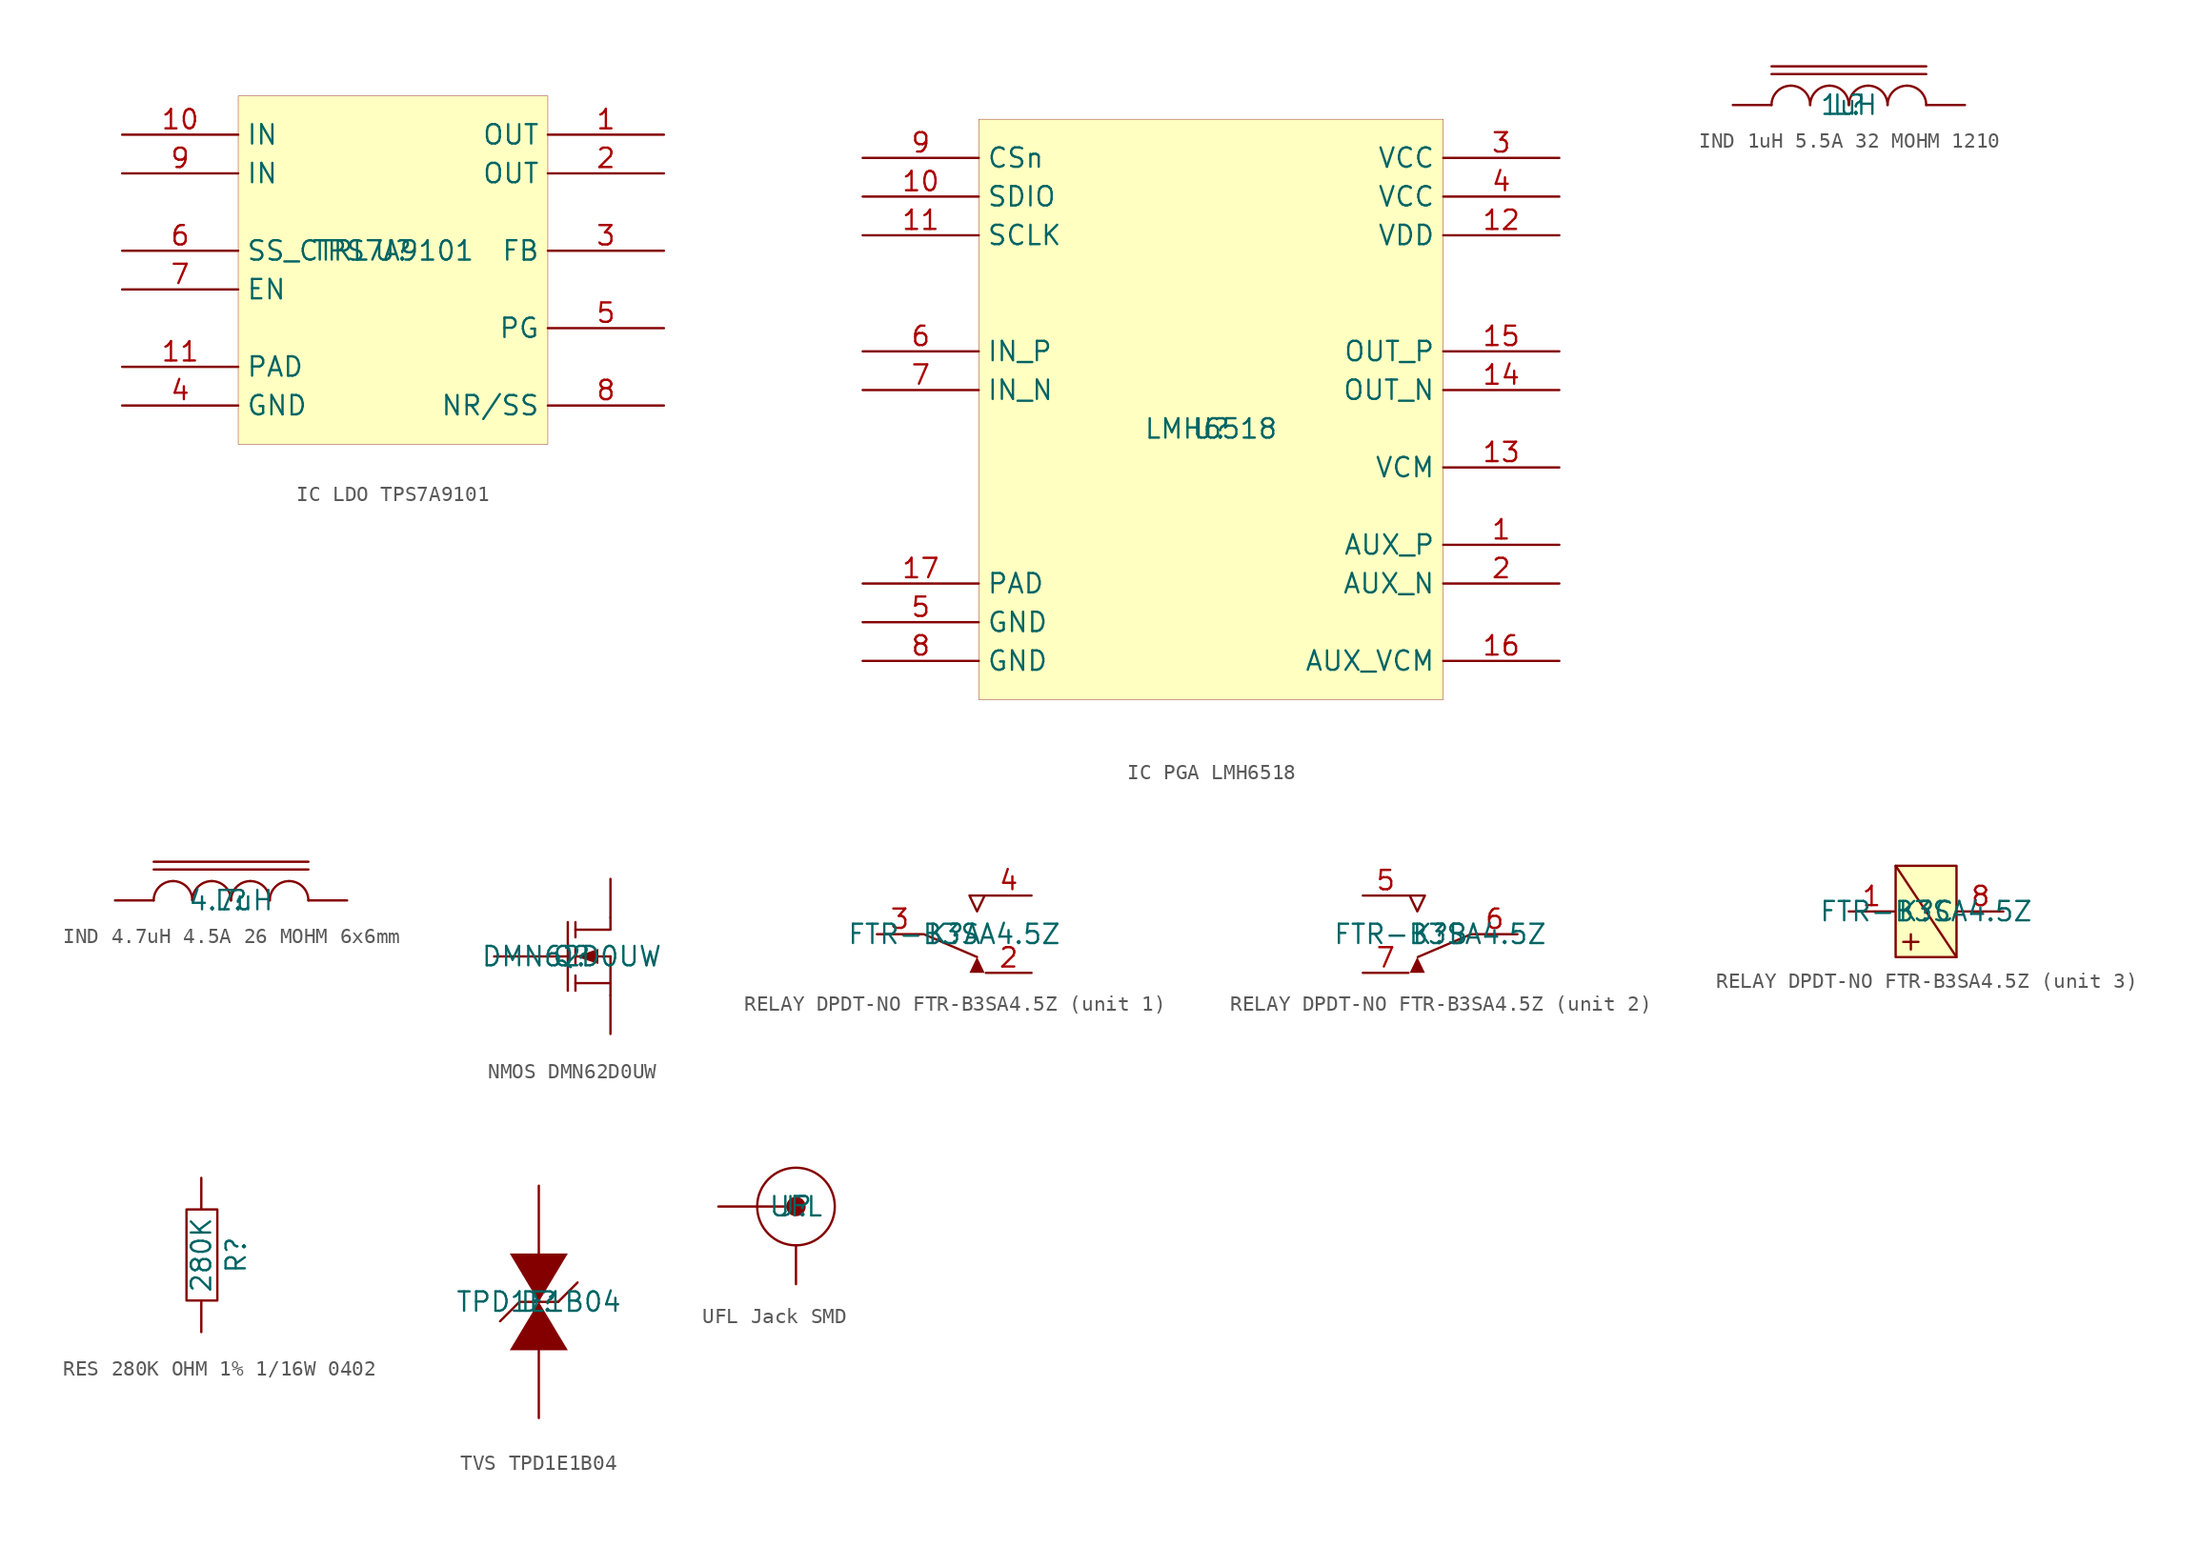
<source format=kicad_sym>
(kicad_symbol_lib
  (version 20241209)
  (generator "kicad_symbol_editor")
  (generator_version "9.0")
  (symbol "IC LDO TPS7A9101"
    (property "Reference" "U"
      (at 0 0 0)
      (effects (font (size 1.27 1.27))))
    (property "Value" "TPS7A9101"
      (at 0 0 0)
      (effects (font (size 1.27 1.27))))
    (symbol "IC LDO TPS7A9101_1_0"
      (rectangle (start 10.16 10.16) (end -10.16 -12.7) (stroke (width 0.025) (type solid) (color 128 0 0 1)) (fill (type background)))
      (pin power_in line (at -17.78 7.62 0) (length 7.62) (name "IN" (effects (font (size 1.27 1.27)))) (number "10" (effects (font (size 1.27 1.27)))))
      (pin power_in line (at -17.78 5.08 0) (length 7.62) (name "IN" (effects (font (size 1.27 1.27)))) (number "9" (effects (font (size 1.27 1.27)))))
      (pin input line (at -17.78 0 0) (length 7.62) (name "SS_CTRL" (effects (font (size 1.27 1.27)))) (number "6" (effects (font (size 1.27 1.27)))))
      (pin input line (at -17.78 -2.54 0) (length 7.62) (name "EN" (effects (font (size 1.27 1.27)))) (number "7" (effects (font (size 1.27 1.27)))))
      (pin power_in line (at -17.78 -7.62 0) (length 7.62) (name "PAD" (effects (font (size 1.27 1.27)))) (number "11" (effects (font (size 1.27 1.27)))))
      (pin power_in line (at -17.78 -10.16 0) (length 7.62) (name "GND" (effects (font (size 1.27 1.27)))) (number "4" (effects (font (size 1.27 1.27)))))
      (pin power_out line (at 17.78 7.62 180) (length 7.62) (name "OUT" (effects (font (size 1.27 1.27)))) (number "1" (effects (font (size 1.27 1.27)))))
      (pin power_out line (at 17.78 5.08 180) (length 7.62) (name "OUT" (effects (font (size 1.27 1.27)))) (number "2" (effects (font (size 1.27 1.27)))))
      (pin passive line (at 17.78 0 180) (length 7.62) (name "FB" (effects (font (size 1.27 1.27)))) (number "3" (effects (font (size 1.27 1.27)))))
      (pin open_collector line (at 17.78 -5.08 180) (length 7.62) (name "PG" (effects (font (size 1.27 1.27)))) (number "5" (effects (font (size 1.27 1.27)))))
      (pin passive line (at 17.78 -10.16 180) (length 7.62) (name "NR/SS" (effects (font (size 1.27 1.27)))) (number "8" (effects (font (size 1.27 1.27)))))))
  (symbol "IC PGA LMH6518"
    (property "Reference" "U"
      (at 0 0 0)
      (effects (font (size 1.27 1.27))))
    (property "Value" "LMH6518"
      (at 0 0 0)
      (effects (font (size 1.27 1.27))))
    (symbol "IC PGA LMH6518_1_0"
      (rectangle (start 15.24 20.32) (end -15.24 -17.78) (stroke (width 0.025) (type solid) (color 128 0 0 1)) (fill (type background)))
      (pin open_collector line (at -22.86 17.78 0) (length 7.62) (name "CSn" (effects (font (size 1.27 1.27)))) (number "9" (effects (font (size 1.27 1.27)))))
      (pin bidirectional line (at -22.86 15.24 0) (length 7.62) (name "SDIO" (effects (font (size 1.27 1.27)))) (number "10" (effects (font (size 1.27 1.27)))))
      (pin input line (at -22.86 12.7 0) (length 7.62) (name "SCLK" (effects (font (size 1.27 1.27)))) (number "11" (effects (font (size 1.27 1.27)))))
      (pin input line (at -22.86 5.08 0) (length 7.62) (name "IN_P" (effects (font (size 1.27 1.27)))) (number "6" (effects (font (size 1.27 1.27)))))
      (pin input line (at -22.86 2.54 0) (length 7.62) (name "IN_N" (effects (font (size 1.27 1.27)))) (number "7" (effects (font (size 1.27 1.27)))))
      (pin power_in line (at -22.86 -10.16 0) (length 7.62) (name "PAD" (effects (font (size 1.27 1.27)))) (number "17" (effects (font (size 1.27 1.27)))))
      (pin power_in line (at -22.86 -12.7 0) (length 7.62) (name "GND" (effects (font (size 1.27 1.27)))) (number "5" (effects (font (size 1.27 1.27)))))
      (pin power_in line (at -22.86 -15.24 0) (length 7.62) (name "GND" (effects (font (size 1.27 1.27)))) (number "8" (effects (font (size 1.27 1.27)))))
      (pin power_in line (at 22.86 17.78 180) (length 7.62) (name "VCC" (effects (font (size 1.27 1.27)))) (number "3" (effects (font (size 1.27 1.27)))))
      (pin power_in line (at 22.86 15.24 180) (length 7.62) (name "VCC" (effects (font (size 1.27 1.27)))) (number "4" (effects (font (size 1.27 1.27)))))
      (pin power_in line (at 22.86 12.7 180) (length 7.62) (name "VDD" (effects (font (size 1.27 1.27)))) (number "12" (effects (font (size 1.27 1.27)))))
      (pin output line (at 22.86 5.08 180) (length 7.62) (name "OUT_P" (effects (font (size 1.27 1.27)))) (number "15" (effects (font (size 1.27 1.27)))))
      (pin output line (at 22.86 2.54 180) (length 7.62) (name "OUT_N" (effects (font (size 1.27 1.27)))) (number "14" (effects (font (size 1.27 1.27)))))
      (pin input line (at 22.86 -2.54 180) (length 7.62) (name "VCM" (effects (font (size 1.27 1.27)))) (number "13" (effects (font (size 1.27 1.27)))))
      (pin output line (at 22.86 -7.62 180) (length 7.62) (name "AUX_P" (effects (font (size 1.27 1.27)))) (number "1" (effects (font (size 1.27 1.27)))))
      (pin output line (at 22.86 -10.16 180) (length 7.62) (name "AUX_N" (effects (font (size 1.27 1.27)))) (number "2" (effects (font (size 1.27 1.27)))))
      (pin input line (at 22.86 -15.24 180) (length 7.62) (name "AUX_VCM" (effects (font (size 1.27 1.27)))) (number "16" (effects (font (size 1.27 1.27)))))))
  (symbol "IND 1uH 5.5A 32 MOHM 1210"
    (pin_numbers
      (hide yes))
    (pin_names
      (hide yes))
    (property "Reference" "L"
      (at 0 0 0)
      (effects (font (size 1.27 1.27))))
    (property "Value" "1uH"
      (at 0 0 0)
      (effects (font (size 1.27 1.27))))
    (symbol "IND 1uH 5.5A 32 MOHM 1210_1_0"
      (polyline (pts (xy -5.08 2.54) (xy 5.08 2.54)) (stroke (width 0) (type solid)) (fill (type none)))
      (polyline (pts (xy -5.08 2.032) (xy 5.08 2.032)) (stroke (width 0) (type solid)) (fill (type none)))
      (arc (start -3.81 1.27) (mid -2.912 0.898) (end -2.54 0) (stroke (width 0) (type solid)) (fill (type none)))
      (arc (start -5.08 0) (mid -4.708 0.898) (end -3.81 1.27) (stroke (width 0) (type solid)) (fill (type none)))
      (arc (start -1.27 1.27) (mid -0.372 0.898) (end 0 0) (stroke (width 0) (type solid)) (fill (type none)))
      (arc (start -2.54 0) (mid -2.168 0.898) (end -1.27 1.27) (stroke (width 0) (type solid)) (fill (type none)))
      (arc (start 0 0) (mid 0.372 0.898) (end 1.27 1.27) (stroke (width 0) (type solid)) (fill (type none)))
      (arc (start 1.27 1.27) (mid 2.168 0.898) (end 2.54 0) (stroke (width 0) (type solid)) (fill (type none)))
      (arc (start 2.54 0) (mid 2.912 0.898) (end 3.81 1.27) (stroke (width 0) (type solid)) (fill (type none)))
      (arc (start 3.81 1.27) (mid 4.708 0.898) (end 5.08 0) (stroke (width 0) (type solid)) (fill (type none)))
      (pin passive line (at -7.62 0 0) (length 2.54) (name "1" (effects (font (size 1.27 1.27)))) (number "1" (effects (font (size 1.27 1.27)))))
      (pin passive line (at 7.62 0 180) (length 2.54) (name "2" (effects (font (size 1.27 1.27)))) (number "2" (effects (font (size 1.27 1.27)))))))
  (symbol "IND 4.7uH 4.5A 26 MOHM 6x6mm"
    (pin_numbers
      (hide yes))
    (pin_names
      (hide yes))
    (property "Reference" "L"
      (at 0 0 0)
      (effects (font (size 1.27 1.27))))
    (property "Value" "4.7uH"
      (at 0 0 0)
      (effects (font (size 1.27 1.27))))
    (symbol "IND 4.7uH 4.5A 26 MOHM 6x6mm_1_0"
      (polyline (pts (xy -5.08 2.54) (xy 5.08 2.54)) (stroke (width 0) (type solid)) (fill (type none)))
      (polyline (pts (xy -5.08 2.032) (xy 5.08 2.032)) (stroke (width 0) (type solid)) (fill (type none)))
      (arc (start -3.81 1.27) (mid -2.912 0.898) (end -2.54 0) (stroke (width 0) (type solid)) (fill (type none)))
      (arc (start -5.08 0) (mid -4.708 0.898) (end -3.81 1.27) (stroke (width 0) (type solid)) (fill (type none)))
      (arc (start -1.27 1.27) (mid -0.372 0.898) (end 0 0) (stroke (width 0) (type solid)) (fill (type none)))
      (arc (start -2.54 0) (mid -2.168 0.898) (end -1.27 1.27) (stroke (width 0) (type solid)) (fill (type none)))
      (arc (start 0 0) (mid 0.372 0.898) (end 1.27 1.27) (stroke (width 0) (type solid)) (fill (type none)))
      (arc (start 1.27 1.27) (mid 2.168 0.898) (end 2.54 0) (stroke (width 0) (type solid)) (fill (type none)))
      (arc (start 2.54 0) (mid 2.912 0.898) (end 3.81 1.27) (stroke (width 0) (type solid)) (fill (type none)))
      (arc (start 3.81 1.27) (mid 4.708 0.898) (end 5.08 0) (stroke (width 0) (type solid)) (fill (type none)))
      (pin passive line (at -7.62 0 0) (length 2.54) (name "1" (effects (font (size 1.27 1.27)))) (number "1" (effects (font (size 1.27 1.27)))))
      (pin passive line (at 7.62 0 180) (length 2.54) (name "2" (effects (font (size 1.27 1.27)))) (number "2" (effects (font (size 1.27 1.27)))))))
  (symbol "NMOS DMN62D0UW"
    (pin_numbers
      (hide yes))
    (pin_names
      (hide yes))
    (property "Reference" "Q"
      (at 0 0 0)
      (effects (font (size 1.27 1.27))))
    (property "Value" "DMN62D0UW"
      (at 0 0 0)
      (effects (font (size 1.27 1.27))))
    (symbol "NMOS DMN62D0UW_1_0"
      (polyline (pts (xy -2.54 0) (xy -0.254 0)) (stroke (width 0) (type solid)) (fill (type none)))
      (polyline (pts (xy -0.254 2.25) (xy -0.254 -2.25)) (stroke (width 0) (type solid)) (fill (type none)))
      (polyline (pts (xy 0.246 2.25) (xy 0.246 1.25)) (stroke (width 0) (type solid)) (fill (type none)))
      (polyline (pts (xy 0.246 0) (xy 1.746 -0.5) (xy 1.746 0.5) (xy 0.246 0)) (stroke (width -0.0001) (type solid)) (fill (type outline)))
      (polyline (pts (xy 0.246 -0.5) (xy 0.246 0.5)) (stroke (width 0) (type solid)) (fill (type none)))
      (polyline (pts (xy 0.246 -2.25) (xy 0.246 -1.25)) (stroke (width 0) (type solid)) (fill (type none)))
      (polyline (pts (xy 2.54 1.783) (xy 2.54 2.54)) (stroke (width 0) (type solid)) (fill (type none)))
      (polyline (pts (xy 2.54 1.75) (xy 0.246 1.75)) (stroke (width 0) (type solid)) (fill (type none)))
      (polyline (pts (xy 2.54 0) (xy 0.246 0)) (stroke (width 0) (type solid)) (fill (type none)))
      (polyline (pts (xy 2.54 0) (xy 2.54 -2.54)) (stroke (width 0) (type solid)) (fill (type none)))
      (polyline (pts (xy 2.54 -1.75) (xy 0.246 -1.75)) (stroke (width 0) (type solid)) (fill (type none)))
      (pin passive line (at -5.08 0 0) (length 2.54) (name "G" (effects (font (size 1.27 1.27)))) (number "2" (effects (font (size 1.27 1.27)))))
      (pin passive line (at 2.54 5.08 270) (length 2.54) (name "D" (effects (font (size 1.27 1.27)))) (number "1" (effects (font (size 1.27 1.27)))))
      (pin passive line (at 2.54 -5.08 90) (length 2.54) (name "S" (effects (font (size 1.27 1.27)))) (number "3" (effects (font (size 1.27 1.27)))))))
  (symbol "RELAY DPDT-NO FTR-B3SA4.5Z"
    (pin_names
      (hide yes))
    (property "Reference" "K"
      (at 0 0 0)
      (effects (font (size 1.27 1.27))))
    (property "Value" "FTR-B3SA4.5Z"
      (at 0 0 0)
      (effects (font (size 1.27 1.27))))
    (symbol "RELAY DPDT-NO FTR-B3SA4.5Z_1_0"
      (polyline (pts (xy -2 0) (xy 1.5 -1.5)) (stroke (width 0) (type solid)) (fill (type none)))
      (polyline (pts (xy 1 -2.54) (xy 2 -2.54) (xy 1.5 -1.5) (xy 1 -2.54)) (stroke (width -0.0001) (type solid)) (fill (type outline)))
      (polyline (pts (xy 1.5 1.5) (xy 1 2.54) (xy 2 2.54) (xy 1.5 1.5)) (stroke (width 0) (type solid)) (fill (type none)))
      (pin passive line (at -5.08 0 0) (length 3) (name "3" (effects (font (size 1.27 1.27)))) (number "3" (effects (font (size 1.27 1.27)))))
      (pin passive line (at 5.08 2.54 180) (length 3) (name "4" (effects (font (size 1.27 1.27)))) (number "4" (effects (font (size 1.27 1.27)))))
      (pin passive line (at 5.08 -2.54 180) (length 3) (name "2" (effects (font (size 1.27 1.27)))) (number "2" (effects (font (size 1.27 1.27))))))
    (symbol "RELAY DPDT-NO FTR-B3SA4.5Z_2_0"
      (polyline (pts (xy -1.5 -1.5) (xy -1 -2.54) (xy -2 -2.54) (xy -1.5 -1.5)) (stroke (width -0.0001) (type solid)) (fill (type outline)))
      (polyline (pts (xy -1.468 -1.5) (xy 2.032 0)) (stroke (width 0) (type solid)) (fill (type none)))
      (polyline (pts (xy -1 2.54) (xy -2 2.54) (xy -1.5 1.5) (xy -1 2.54)) (stroke (width 0) (type solid)) (fill (type none)))
      (pin passive line (at -5.08 2.54 0) (length 3) (name "5" (effects (font (size 1.27 1.27)))) (number "5" (effects (font (size 1.27 1.27)))))
      (pin passive line (at -5.08 -2.54 0) (length 3) (name "7" (effects (font (size 1.27 1.27)))) (number "7" (effects (font (size 1.27 1.27)))))
      (pin passive line (at 5.08 0 180) (length 3) (name "6" (effects (font (size 1.27 1.27)))) (number "6" (effects (font (size 1.27 1.27))))))
    (symbol "RELAY DPDT-NO FTR-B3SA4.5Z_3_0"
      (polyline (pts (xy -2 3) (xy 2 -3)) (stroke (width 0) (type solid)) (fill (type none)))
      (polyline (pts (xy -2 -3) (xy 2 -3) (xy 2 3) (xy -2 3) (xy -2 -3)) (stroke (width 0) (type solid)) (fill (type none)))
      (polyline (pts (xy -1.5 -2) (xy -0.5 -2)) (stroke (width 0) (type solid)) (fill (type none)))
      (polyline (pts (xy -1 -2.5) (xy -1 -1.5)) (stroke (width 0) (type solid)) (fill (type none)))
      (rectangle (start 2 3) (end -2 -3) (stroke (width 0.025) (type solid) (color 128 0 0 1)) (fill (type background)))
      (pin passive line (at -5.08 0 0) (length 3) (name "1" (effects (font (size 1.27 1.27)))) (number "1" (effects (font (size 1.27 1.27)))))
      (pin passive line (at 5.08 0 180) (length 3) (name "8" (effects (font (size 1.27 1.27)))) (number "8" (effects (font (size 1.27 1.27)))))))
  (symbol "RES 280K OHM 1% 1/16W 0402"
    (pin_numbers
      (hide yes))
    (pin_names
      (hide yes))
    (property "Reference" "R"
      (at 2.286 0 90)
      (effects (font (size 1.27 1.27))))
    (property "Value" "280K"
      (at 0 0 90)
      (effects (font (size 1.27 1.27))))
    (symbol "RES 280K OHM 1% 1/16W 0402_1_0"
      (rectangle (start -0.976 3) (end 1.056 -3) (stroke (width 0) (type solid)) (fill (type none)))
      (pin passive line (at 0 5.08 270) (length 2) (name "2" (effects (font (size 1.27 1.27)))) (number "2" (effects (font (size 1.27 1.27)))))
      (pin passive line (at 0 -5.08 90) (length 2) (name "1" (effects (font (size 1.27 1.27)))) (number "1" (effects (font (size 1.27 1.27)))))))
  (symbol "TVS TPD1E1B04"
    (pin_numbers
      (hide yes))
    (pin_names
      (hide yes))
    (property "Reference" "D"
      (at 0 0 0)
      (effects (font (size 1.27 1.27))))
    (property "Value" "TPD1E1B04"
      (at 0 0 0)
      (effects (font (size 1.27 1.27))))
    (symbol "TVS TPD1E1B04_1_0"
      (polyline (pts (xy -1.905 3.175) (xy 0 0) (xy 1.905 3.175) (xy -1.905 3.175)) (stroke (width -0.0001) (type solid)) (fill (type outline)))
      (polyline (pts (xy -1.27 0) (xy -2.54 -1.27)) (stroke (width 0) (type solid)) (fill (type none)))
      (polyline (pts (xy -1.27 0) (xy 1.27 0)) (stroke (width 0) (type solid)) (fill (type none)))
      (polyline (pts (xy 1.905 -3.175) (xy 0 0) (xy -1.905 -3.175) (xy 1.905 -3.175)) (stroke (width -0.0001) (type solid)) (fill (type outline)))
      (polyline (pts (xy 2.54 1.27) (xy 1.27 0)) (stroke (width 0) (type solid)) (fill (type none)))
      (pin passive line (at 0 7.62 270) (length 4.445) (name "K" (effects (font (size 1.27 1.27)))) (number "1" (effects (font (size 1.27 1.27)))))
      (pin passive line (at 0 -7.62 90) (length 4.445) (name "A" (effects (font (size 1.27 1.27)))) (number "2" (effects (font (size 1.27 1.27)))))))
  (symbol "UFL Jack SMD"
    (pin_numbers
      (hide yes))
    (pin_names
      (hide yes))
    (property "Reference" "J"
      (at 0 0 0)
      (effects (font (size 1.27 1.27))))
    (property "Value" "UFL"
      (at 0 0 0)
      (effects (font (size 1.27 1.27))))
    (symbol "UFL Jack SMD_1_0"
      (circle (center 0 0) (radius 0.635) (stroke (width -0.0001) (type solid)) (fill (type outline)))
      (circle (center 0 0) (radius 2.54) (stroke (width 0) (type solid)) (fill (type none)))
      (pin passive line (at -5.08 0 0) (length 5.08) (name "Signal" (effects (font (size 1.27 1.27)))) (number "1" (effects (font (size 1.27 1.27)))))
      (pin passive line (at 0 -5.08 90) (length 2.54) (name "SHIELD" (effects (font (size 1.27 1.27)))) (number "2" (effects (font (size 1.27 1.27))))))))
</source>
